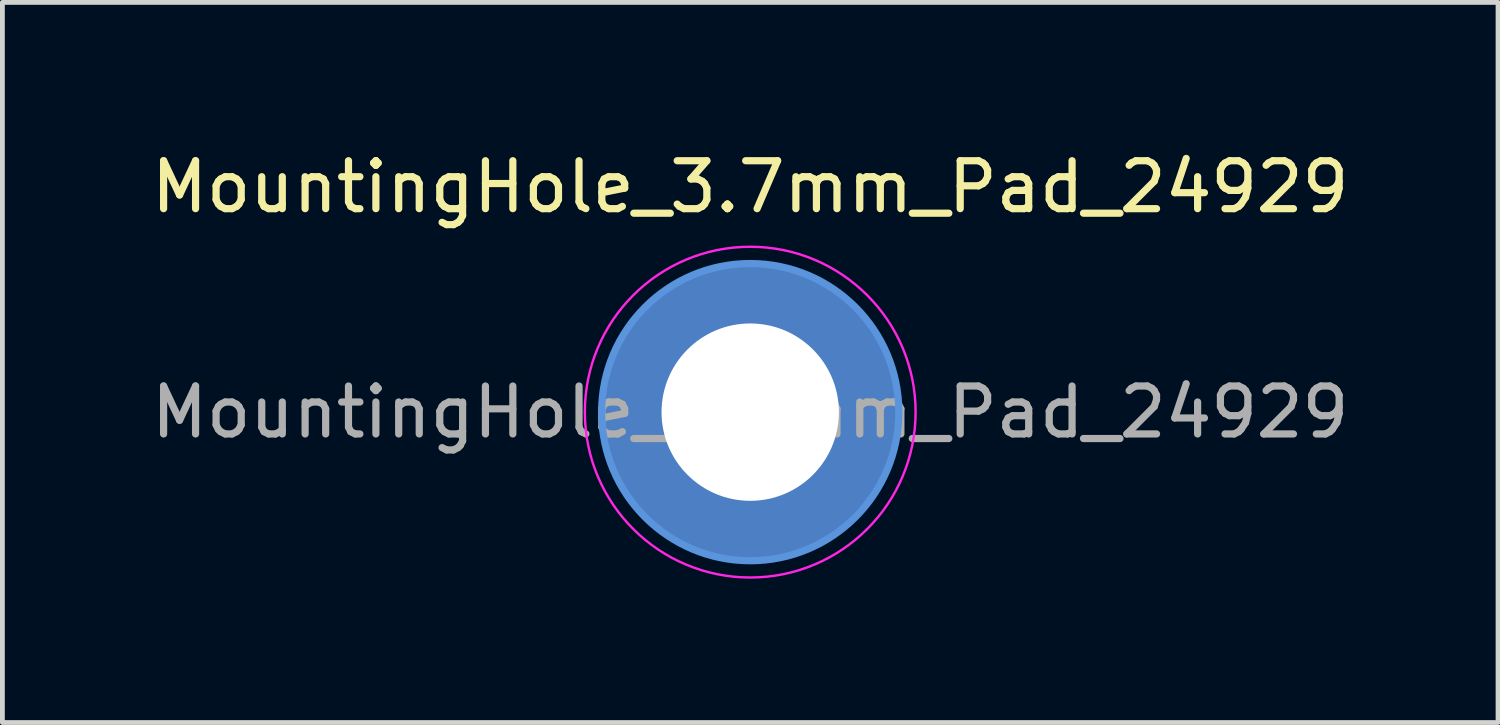
<source format=kicad_pcb>
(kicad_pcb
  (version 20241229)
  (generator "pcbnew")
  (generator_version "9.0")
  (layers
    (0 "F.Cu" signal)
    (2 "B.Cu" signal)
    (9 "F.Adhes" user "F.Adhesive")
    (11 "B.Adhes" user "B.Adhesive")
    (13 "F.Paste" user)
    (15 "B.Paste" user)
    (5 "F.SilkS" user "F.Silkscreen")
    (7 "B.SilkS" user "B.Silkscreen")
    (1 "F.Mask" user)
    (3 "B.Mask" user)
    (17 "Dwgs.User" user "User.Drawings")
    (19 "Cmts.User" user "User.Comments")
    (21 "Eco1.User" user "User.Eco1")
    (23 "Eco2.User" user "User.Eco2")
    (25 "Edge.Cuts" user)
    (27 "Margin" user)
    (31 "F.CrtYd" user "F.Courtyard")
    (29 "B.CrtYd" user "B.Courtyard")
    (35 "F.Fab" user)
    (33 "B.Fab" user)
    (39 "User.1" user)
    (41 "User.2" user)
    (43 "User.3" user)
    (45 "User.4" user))
  (footprint "MountingHole_3.7mm_Pad_24929"
    (layer "F.Cu")
    (at 12.601 5.548)
    (property "Reference" "MountingHole_3.7mm_Pad_24929" (at 0 -4.7 0) (layer "F.SilkS") (effects (font (size 1 1) (thickness 0.15))))
    (attr exclude_from_pos_files exclude_from_bom)
    (fp_circle (center 0 0) (end 3.1 0) (stroke (width 0.15) (type solid)) (fill no) (layer "Cmts.User"))
    (fp_circle (center 0 0) (end 3.45 0) (stroke (width 0.05) (type solid)) (fill no) (layer "F.CrtYd"))
    (fp_text user "${REFERENCE}" (at 0 0 0) (layer "F.Fab") (effects (font (size 1 1) (thickness 0.15))))
    (pad "1" thru_hole circle (at 0 0) (size 6.2 6.2) (drill 3.7) (layers "*.Cu" "*.Mask" "F.Paste")))
  (gr_rect
    (start -3 -3)
    (end 28.202 12.023)
    (stroke (width 0.1) (type default))
    (fill no)
    (layer "Edge.Cuts")))
</source>
